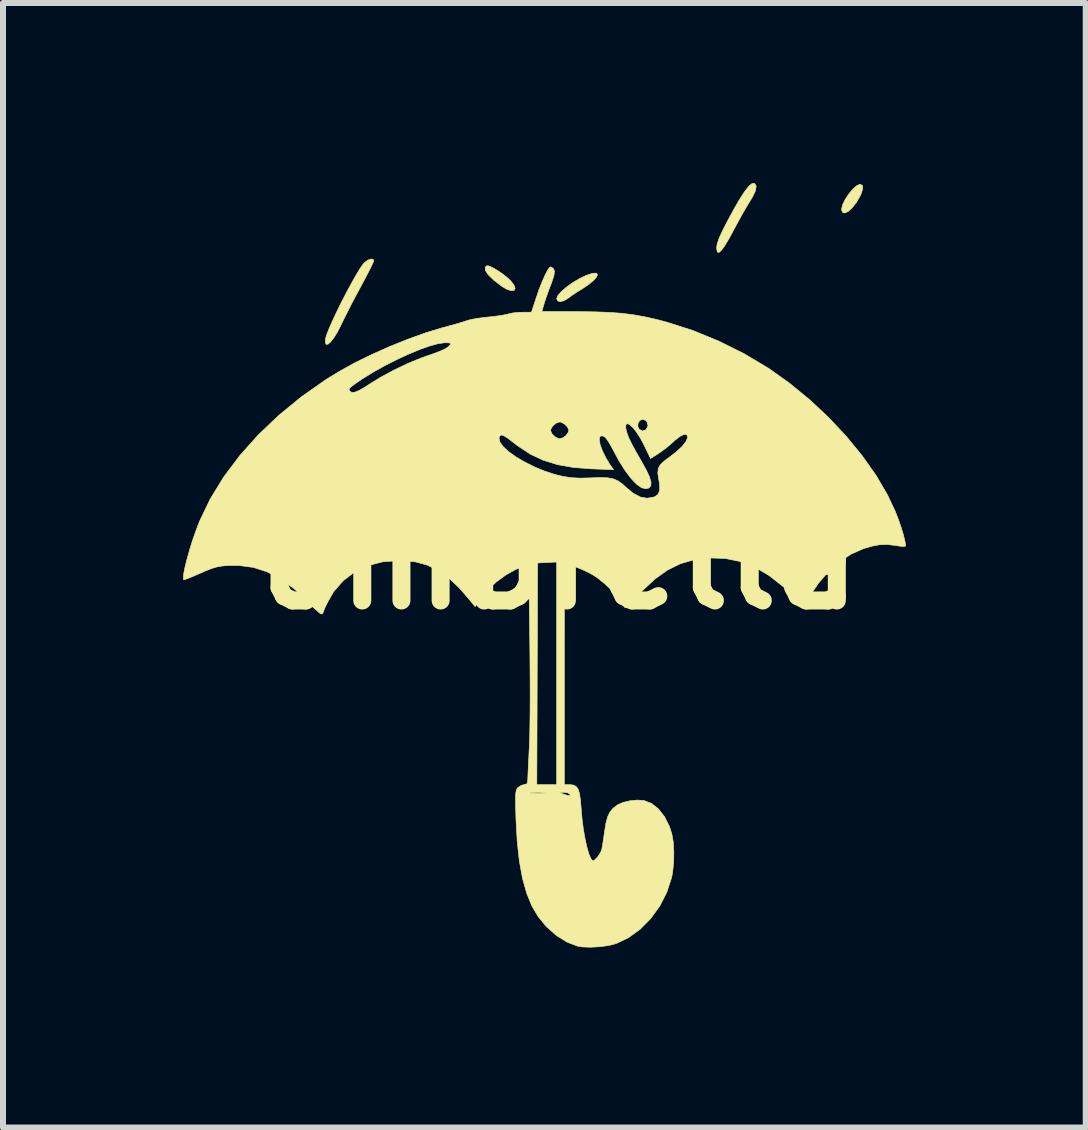
<source format=kicad_pcb>
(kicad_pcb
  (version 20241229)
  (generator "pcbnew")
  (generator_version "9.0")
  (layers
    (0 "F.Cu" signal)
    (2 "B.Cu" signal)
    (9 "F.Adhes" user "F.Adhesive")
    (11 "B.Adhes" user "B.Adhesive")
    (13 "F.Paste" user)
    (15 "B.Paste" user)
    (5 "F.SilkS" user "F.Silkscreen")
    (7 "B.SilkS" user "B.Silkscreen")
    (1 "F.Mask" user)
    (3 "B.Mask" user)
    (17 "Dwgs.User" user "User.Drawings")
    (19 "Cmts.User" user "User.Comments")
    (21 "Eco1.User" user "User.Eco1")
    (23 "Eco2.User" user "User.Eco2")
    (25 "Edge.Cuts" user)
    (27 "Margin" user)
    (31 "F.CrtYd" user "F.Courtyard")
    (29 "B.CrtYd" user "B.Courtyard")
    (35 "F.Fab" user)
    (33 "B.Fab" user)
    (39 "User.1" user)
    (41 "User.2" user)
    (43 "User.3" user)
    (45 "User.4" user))
  (footprint "umbrella"
    (layer "F.Cu")
    (at 6.254 6.27)
    (property "Reference" "umbrella" (at 0 0 0) (layer "F.SilkS") (effects (font (size 1.524 1.524) (thickness 0.3))))
    (attr through_hole)
    (fp_poly (pts (xy -1.156 -4.887) (xy -1.091 -4.858) (xy -1.01 -4.811) (xy -0.923 -4.752) (xy -0.843 -4.688) (xy -0.796 -4.644) (xy -0.736 -4.568) (xy -0.717 -4.511) (xy -0.736 -4.479) (xy -0.786 -4.475) (xy -0.862 -4.501) (xy -0.942 -4.55) (xy -1.075 -4.652) (xy -1.165 -4.739) (xy -1.213 -4.811) (xy -1.216 -4.865) (xy -1.192 -4.89) (xy -1.156 -4.887)) (stroke (width 0.01) (type solid)) (fill yes) (layer "F.SilkS"))
    (fp_poly (pts (xy 5.072 -6.229) (xy 5.077 -6.175) (xy 5.05 -6.09) (xy 5.029 -6.045) (xy 4.968 -5.942) (xy 4.904 -5.86) (xy 4.841 -5.801) (xy 4.786 -5.771) (xy 4.746 -5.774) (xy 4.726 -5.813) (xy 4.724 -5.833) (xy 4.74 -5.905) (xy 4.782 -5.992) (xy 4.841 -6.082) (xy 4.907 -6.162) (xy 4.973 -6.222) (xy 5.028 -6.248) (xy 5.034 -6.248) (xy 5.072 -6.229)) (stroke (width 0.01) (type solid)) (fill yes) (layer "F.SilkS"))
    (fp_poly (pts (xy 0.656 -4.745) (xy 0.641 -4.704) (xy 0.593 -4.649) (xy 0.517 -4.585) (xy 0.416 -4.516) (xy 0.399 -4.505) (xy 0.308 -4.449) (xy 0.225 -4.393) (xy 0.17 -4.352) (xy 0.099 -4.308) (xy 0.035 -4.293) (xy -0.01 -4.305) (xy -0.025 -4.341) (xy -0.004 -4.395) (xy 0.055 -4.462) (xy 0.141 -4.536) (xy 0.245 -4.61) (xy 0.357 -4.677) (xy 0.468 -4.73) (xy 0.567 -4.763) (xy 0.578 -4.765) (xy 0.636 -4.767) (xy 0.656 -4.745)) (stroke (width 0.01) (type solid)) (fill yes) (layer "F.SilkS"))
    (fp_poly (pts (xy 3.275 -6.262) (xy 3.301 -6.218) (xy 3.289 -6.142) (xy 3.239 -6.037) (xy 3.198 -5.969) (xy 3.145 -5.882) (xy 3.077 -5.765) (xy 3.005 -5.634) (xy 2.94 -5.514) (xy 2.849 -5.345) (xy 2.776 -5.223) (xy 2.719 -5.145) (xy 2.679 -5.111) (xy 2.654 -5.12) (xy 2.642 -5.171) (xy 2.642 -5.199) (xy 2.652 -5.262) (xy 2.685 -5.354) (xy 2.742 -5.479) (xy 2.809 -5.61) (xy 2.926 -5.827) (xy 3.025 -5.999) (xy 3.108 -6.127) (xy 3.175 -6.213) (xy 3.228 -6.258) (xy 3.268 -6.265) (xy 3.275 -6.262)) (stroke (width 0.01) (type solid)) (fill yes) (layer "F.SilkS"))
    (fp_poly (pts (xy -3.083 -4.996) (xy -3.073 -4.974) (xy -3.085 -4.943) (xy -3.117 -4.875) (xy -3.166 -4.778) (xy -3.228 -4.66) (xy -3.288 -4.548) (xy -3.369 -4.397) (xy -3.452 -4.24) (xy -3.528 -4.09) (xy -3.591 -3.963) (xy -3.618 -3.907) (xy -3.68 -3.784) (xy -3.741 -3.687) (xy -3.795 -3.618) (xy -3.839 -3.582) (xy -3.869 -3.581) (xy -3.882 -3.618) (xy -3.877 -3.677) (xy -3.858 -3.745) (xy -3.816 -3.849) (xy -3.758 -3.98) (xy -3.688 -4.129) (xy -3.61 -4.287) (xy -3.528 -4.446) (xy -3.446 -4.597) (xy -3.37 -4.732) (xy -3.304 -4.842) (xy -3.251 -4.918) (xy -3.231 -4.941) (xy -3.175 -4.983) (xy -3.12 -5.003) (xy -3.083 -4.996)) (stroke (width 0.01) (type solid)) (fill yes) (layer "F.SilkS"))
    (fp_poly (pts (xy -0.08 -4.845) (xy -0.062 -4.8) (xy -0.071 -4.727) (xy -0.105 -4.621) (xy -0.12 -4.581) (xy -0.163 -4.468) (xy -0.203 -4.355) (xy -0.233 -4.264) (xy -0.235 -4.255) (xy -0.273 -4.128) (xy 0.327 -4.126) (xy 0.607 -4.122) (xy 0.847 -4.113) (xy 1.059 -4.098) (xy 1.256 -4.073) (xy 1.447 -4.039) (xy 1.645 -3.994) (xy 1.808 -3.951) (xy 2.241 -3.813) (xy 2.677 -3.634) (xy 3.1 -3.424) (xy 3.495 -3.188) (xy 3.513 -3.177) (xy 3.862 -2.928) (xy 4.197 -2.653) (xy 4.513 -2.356) (xy 4.805 -2.044) (xy 5.068 -1.723) (xy 5.298 -1.398) (xy 5.487 -1.075) (xy 5.617 -0.8) (xy 5.667 -0.672) (xy 5.712 -0.543) (xy 5.749 -0.424) (xy 5.775 -0.323) (xy 5.789 -0.251) (xy 5.787 -0.216) (xy 5.786 -0.215) (xy 5.755 -0.211) (xy 5.689 -0.217) (xy 5.613 -0.229) (xy 5.485 -0.244) (xy 5.364 -0.241) (xy 5.231 -0.216) (xy 5.088 -0.174) (xy 4.885 -0.085) (xy 4.686 0.047) (xy 4.497 0.216) (xy 4.329 0.414) (xy 4.216 0.584) (xy 4.111 0.764) (xy 4.053 0.718) (xy 4.012 0.684) (xy 3.942 0.625) (xy 3.854 0.548) (xy 3.757 0.464) (xy 3.518 0.275) (xy 3.28 0.134) (xy 3.037 0.04) (xy 2.786 -0.011) (xy 2.519 -0.02) (xy 2.515 -0.02) (xy 2.267 0.01) (xy 2.038 0.076) (xy 1.821 0.183) (xy 1.61 0.334) (xy 1.399 0.531) (xy 1.351 0.583) (xy 1.268 0.671) (xy 1.198 0.743) (xy 1.147 0.793) (xy 1.122 0.813) (xy 1.122 0.813) (xy 1.099 0.793) (xy 1.066 0.742) (xy 1.057 0.726) (xy 0.992 0.632) (xy 0.897 0.524) (xy 0.782 0.415) (xy 0.66 0.317) (xy 0.599 0.275) (xy 0.52 0.23) (xy 0.421 0.183) (xy 0.315 0.138) (xy 0.216 0.102) (xy 0.14 0.08) (xy 0.112 0.076) (xy 0.11 0.101) (xy 0.108 0.172) (xy 0.107 0.287) (xy 0.106 0.44) (xy 0.104 0.628) (xy 0.103 0.847) (xy 0.103 1.092) (xy 0.102 1.361) (xy 0.102 1.648) (xy 0.102 1.918) (xy 0.102 3.759) (xy 0.187 3.759) (xy 0.251 3.765) (xy 0.298 3.788) (xy 0.332 3.833) (xy 0.356 3.909) (xy 0.372 4.022) (xy 0.385 4.178) (xy 0.385 4.187) (xy 0.4 4.348) (xy 0.421 4.509) (xy 0.448 4.661) (xy 0.478 4.797) (xy 0.51 4.908) (xy 0.542 4.987) (xy 0.572 5.026) (xy 0.582 5.029) (xy 0.614 5.01) (xy 0.658 4.963) (xy 0.698 4.905) (xy 0.722 4.856) (xy 0.731 4.814) (xy 0.745 4.734) (xy 0.761 4.63) (xy 0.772 4.549) (xy 0.796 4.403) (xy 0.824 4.296) (xy 0.862 4.217) (xy 0.914 4.155) (xy 0.987 4.098) (xy 0.988 4.097) (xy 1.078 4.056) (xy 1.197 4.028) (xy 1.323 4.016) (xy 1.432 4.024) (xy 1.556 4.072) (xy 1.672 4.164) (xy 1.773 4.294) (xy 1.854 4.455) (xy 1.895 4.581) (xy 1.918 4.714) (xy 1.928 4.877) (xy 1.925 5.051) (xy 1.908 5.215) (xy 1.891 5.308) (xy 1.811 5.553) (xy 1.693 5.783) (xy 1.543 5.991) (xy 1.367 6.169) (xy 1.171 6.311) (xy 0.972 6.406) (xy 0.849 6.439) (xy 0.701 6.46) (xy 0.547 6.469) (xy 0.407 6.464) (xy 0.323 6.451) (xy 0.147 6.384) (xy -0.028 6.274) (xy -0.192 6.13) (xy -0.332 5.961) (xy -0.438 5.782) (xy -0.525 5.569) (xy -0.595 5.32) (xy -0.647 5.033) (xy -0.683 4.702) (xy -0.703 4.337) (xy -0.708 4.168) (xy -0.71 4.043) (xy -0.71 3.954) (xy -0.706 3.897) (xy -0.48 3.897) (xy -0.463 3.9) (xy -0.405 3.902) (xy -0.343 3.903) (xy -0.257 3.902) (xy -0.207 3.899) (xy -0.2 3.896) (xy -0.221 3.893) (xy -0.317 3.889) (xy -0.424 3.891) (xy -0.45 3.893) (xy -0.48 3.897) (xy -0.706 3.897) (xy -0.706 3.893) (xy -0.705 3.889) (xy 0.013 3.889) (xy 0.102 3.921) (xy 0.171 3.943) (xy 0.2 3.943) (xy 0.196 3.921) (xy 0.192 3.913) (xy 0.157 3.895) (xy 0.096 3.888) (xy 0.094 3.888) (xy 0.013 3.889) (xy -0.705 3.889) (xy -0.698 3.853) (xy -0.686 3.826) (xy -0.673 3.81) (xy -0.616 3.771) (xy -0.568 3.759) (xy -0.356 3.759) (xy -0.025 3.759) (xy -0.025 0.048) (xy -0.184 0.056) (xy -0.343 0.064) (xy -0.356 3.759) (xy -0.568 3.759) (xy -0.521 3.746) (xy -0.508 3.702) (xy -0.506 3.66) (xy -0.503 3.576) (xy -0.497 3.458) (xy -0.49 3.316) (xy -0.483 3.159) (xy -0.481 3.137) (xy -0.475 2.979) (xy -0.471 2.776) (xy -0.468 2.536) (xy -0.467 2.263) (xy -0.468 1.965) (xy -0.47 1.648) (xy -0.473 1.363) (xy -0.49 0.098) (xy -0.555 0.114) (xy -0.707 0.171) (xy -0.869 0.262) (xy -1.028 0.378) (xy -1.171 0.509) (xy -1.283 0.645) (xy -1.384 0.793) (xy -1.46 0.698) (xy -1.645 0.484) (xy -1.823 0.315) (xy -1.999 0.189) (xy -2.181 0.1) (xy -2.374 0.047) (xy -2.585 0.024) (xy -2.654 0.023) (xy -2.927 0.045) (xy -3.175 0.11) (xy -3.395 0.216) (xy -3.586 0.362) (xy -3.745 0.546) (xy -3.87 0.766) (xy -3.922 0.9) (xy -3.934 0.915) (xy -3.956 0.912) (xy -3.994 0.884) (xy -4.053 0.829) (xy -4.14 0.742) (xy -4.173 0.708) (xy -4.4 0.495) (xy -4.623 0.331) (xy -4.849 0.213) (xy -5.08 0.138) (xy -5.322 0.106) (xy -5.49 0.106) (xy -5.594 0.114) (xy -5.681 0.128) (xy -5.767 0.153) (xy -5.87 0.193) (xy -5.968 0.236) (xy -6.074 0.282) (xy -6.161 0.318) (xy -6.221 0.339) (xy -6.244 0.344) (xy -6.249 0.307) (xy -6.24 0.231) (xy -6.218 0.123) (xy -6.185 -0.007) (xy -6.144 -0.153) (xy -6.097 -0.305) (xy -6.045 -0.455) (xy -5.992 -0.596) (xy -5.979 -0.629) (xy -5.801 -1) (xy -5.577 -1.366) (xy -5.309 -1.724) (xy -5.048 -2.016) (xy -0.985 -2.016) (xy -0.971 -1.95) (xy -0.915 -1.873) (xy -0.823 -1.789) (xy -0.702 -1.703) (xy -0.558 -1.619) (xy -0.399 -1.539) (xy -0.231 -1.469) (xy -0.06 -1.413) (xy 0.069 -1.381) (xy 0.211 -1.358) (xy 0.359 -1.35) (xy 0.533 -1.354) (xy 0.697 -1.361) (xy 0.822 -1.356) (xy 0.919 -1.338) (xy 0.998 -1.304) (xy 1.072 -1.251) (xy 1.115 -1.211) (xy 1.246 -1.101) (xy 1.367 -1.036) (xy 1.482 -1.015) (xy 1.599 -1.036) (xy 1.611 -1.041) (xy 1.666 -1.08) (xy 1.692 -1.148) (xy 1.69 -1.252) (xy 1.676 -1.335) (xy 1.661 -1.434) (xy 1.668 -1.509) (xy 1.702 -1.573) (xy 1.771 -1.638) (xy 1.855 -1.7) (xy 1.971 -1.79) (xy 2.065 -1.878) (xy 2.129 -1.959) (xy 2.158 -2.023) (xy 2.159 -2.033) (xy 2.144 -2.075) (xy 2.1 -2.08) (xy 2.033 -2.048) (xy 1.946 -1.981) (xy 1.923 -1.959) (xy 1.833 -1.88) (xy 1.734 -1.804) (xy 1.665 -1.756) (xy 1.54 -1.677) (xy 1.431 -1.902) (xy 1.369 -2.019) (xy 1.306 -2.117) (xy 1.246 -2.192) (xy 1.223 -2.213) (xy 1.327 -2.213) (xy 1.347 -2.17) (xy 1.399 -2.136) (xy 1.454 -2.152) (xy 1.468 -2.164) (xy 1.497 -2.223) (xy 1.482 -2.287) (xy 1.458 -2.313) (xy 1.408 -2.331) (xy 1.362 -2.312) (xy 1.332 -2.268) (xy 1.327 -2.213) (xy 1.223 -2.213) (xy 1.193 -2.241) (xy 1.153 -2.259) (xy 1.129 -2.243) (xy 1.126 -2.188) (xy 1.13 -2.167) (xy 1.149 -2.095) (xy 1.183 -2.008) (xy 1.237 -1.899) (xy 1.313 -1.761) (xy 1.377 -1.651) (xy 1.465 -1.493) (xy 1.522 -1.371) (xy 1.548 -1.282) (xy 1.544 -1.221) (xy 1.511 -1.185) (xy 1.464 -1.173) (xy 1.392 -1.189) (xy 1.308 -1.248) (xy 1.214 -1.346) (xy 1.114 -1.479) (xy 1.012 -1.643) (xy 0.952 -1.753) (xy 0.884 -1.88) (xy 0.832 -1.968) (xy 0.792 -2.022) (xy 0.759 -2.048) (xy 0.743 -2.053) (xy 0.703 -2.051) (xy 0.688 -2.02) (xy 0.686 -1.982) (xy 0.7 -1.908) (xy 0.737 -1.807) (xy 0.791 -1.696) (xy 0.855 -1.588) (xy 0.871 -1.565) (xy 0.923 -1.491) (xy 0.557 -1.505) (xy 0.254 -1.528) (xy -0.011 -1.575) (xy -0.247 -1.648) (xy -0.464 -1.75) (xy -0.67 -1.885) (xy -0.746 -1.944) (xy -0.844 -2.019) (xy -0.911 -2.06) (xy -0.953 -2.069) (xy -0.977 -2.048) (xy -0.985 -2.016) (xy -5.048 -2.016) (xy -5.001 -2.069) (xy -4.92 -2.146) (xy -0.127 -2.146) (xy -0.106 -2.093) (xy -0.056 -2.042) (xy 0.003 -2.01) (xy 0.025 -2.007) (xy 0.081 -2.024) (xy 0.127 -2.057) (xy 0.165 -2.108) (xy 0.178 -2.146) (xy 0.157 -2.2) (xy 0.107 -2.251) (xy 0.047 -2.283) (xy 0.025 -2.286) (xy -0.033 -2.267) (xy -0.089 -2.221) (xy -0.123 -2.166) (xy -0.127 -2.146) (xy -4.92 -2.146) (xy -4.657 -2.397) (xy -4.281 -2.705) (xy -4.114 -2.822) (xy -3.486 -2.822) (xy -3.478 -2.804) (xy -3.443 -2.78) (xy -3.394 -2.781) (xy -3.323 -2.809) (xy -3.224 -2.865) (xy -3.143 -2.918) (xy -2.953 -3.035) (xy -2.734 -3.153) (xy -2.506 -3.262) (xy -2.289 -3.351) (xy -2.202 -3.382) (xy -2.056 -3.433) (xy -1.95 -3.474) (xy -1.877 -3.509) (xy -1.829 -3.543) (xy -1.805 -3.567) (xy -1.791 -3.591) (xy -1.806 -3.603) (xy -1.861 -3.607) (xy -1.89 -3.607) (xy -1.996 -3.593) (xy -2.136 -3.555) (xy -2.303 -3.496) (xy -2.489 -3.419) (xy -2.686 -3.328) (xy -2.886 -3.227) (xy -3.081 -3.118) (xy -3.264 -3.005) (xy -3.273 -2.999) (xy -3.376 -2.929) (xy -3.442 -2.88) (xy -3.477 -2.847) (xy -3.486 -2.822) (xy -4.114 -2.822) (xy -3.877 -2.989) (xy -3.654 -3.126) (xy -3.4 -3.267) (xy -3.115 -3.407) (xy -2.813 -3.542) (xy -2.508 -3.665) (xy -2.214 -3.771) (xy -1.945 -3.853) (xy -1.913 -3.861) (xy -1.786 -3.896) (xy -1.668 -3.929) (xy -1.573 -3.958) (xy -1.517 -3.977) (xy -1.45 -3.995) (xy -1.349 -4.013) (xy -1.23 -4.029) (xy -1.161 -4.036) (xy -1.044 -4.049) (xy -0.938 -4.064) (xy -0.859 -4.079) (xy -0.83 -4.087) (xy -0.766 -4.102) (xy -0.674 -4.113) (xy -0.602 -4.115) (xy -0.445 -4.116) (xy -0.373 -4.335) (xy -0.32 -4.49) (xy -0.266 -4.627) (xy -0.216 -4.739) (xy -0.173 -4.821) (xy -0.139 -4.866) (xy -0.123 -4.871) (xy -0.08 -4.845)) (stroke (width 0.01) (type solid)) (fill yes) (layer "F.SilkS")))
  (gr_rect
    (start -3 -3)
    (end 15.048 15.744)
    (stroke (width 0.1) (type default))
    (fill no)
    (layer "Edge.Cuts")))
</source>
